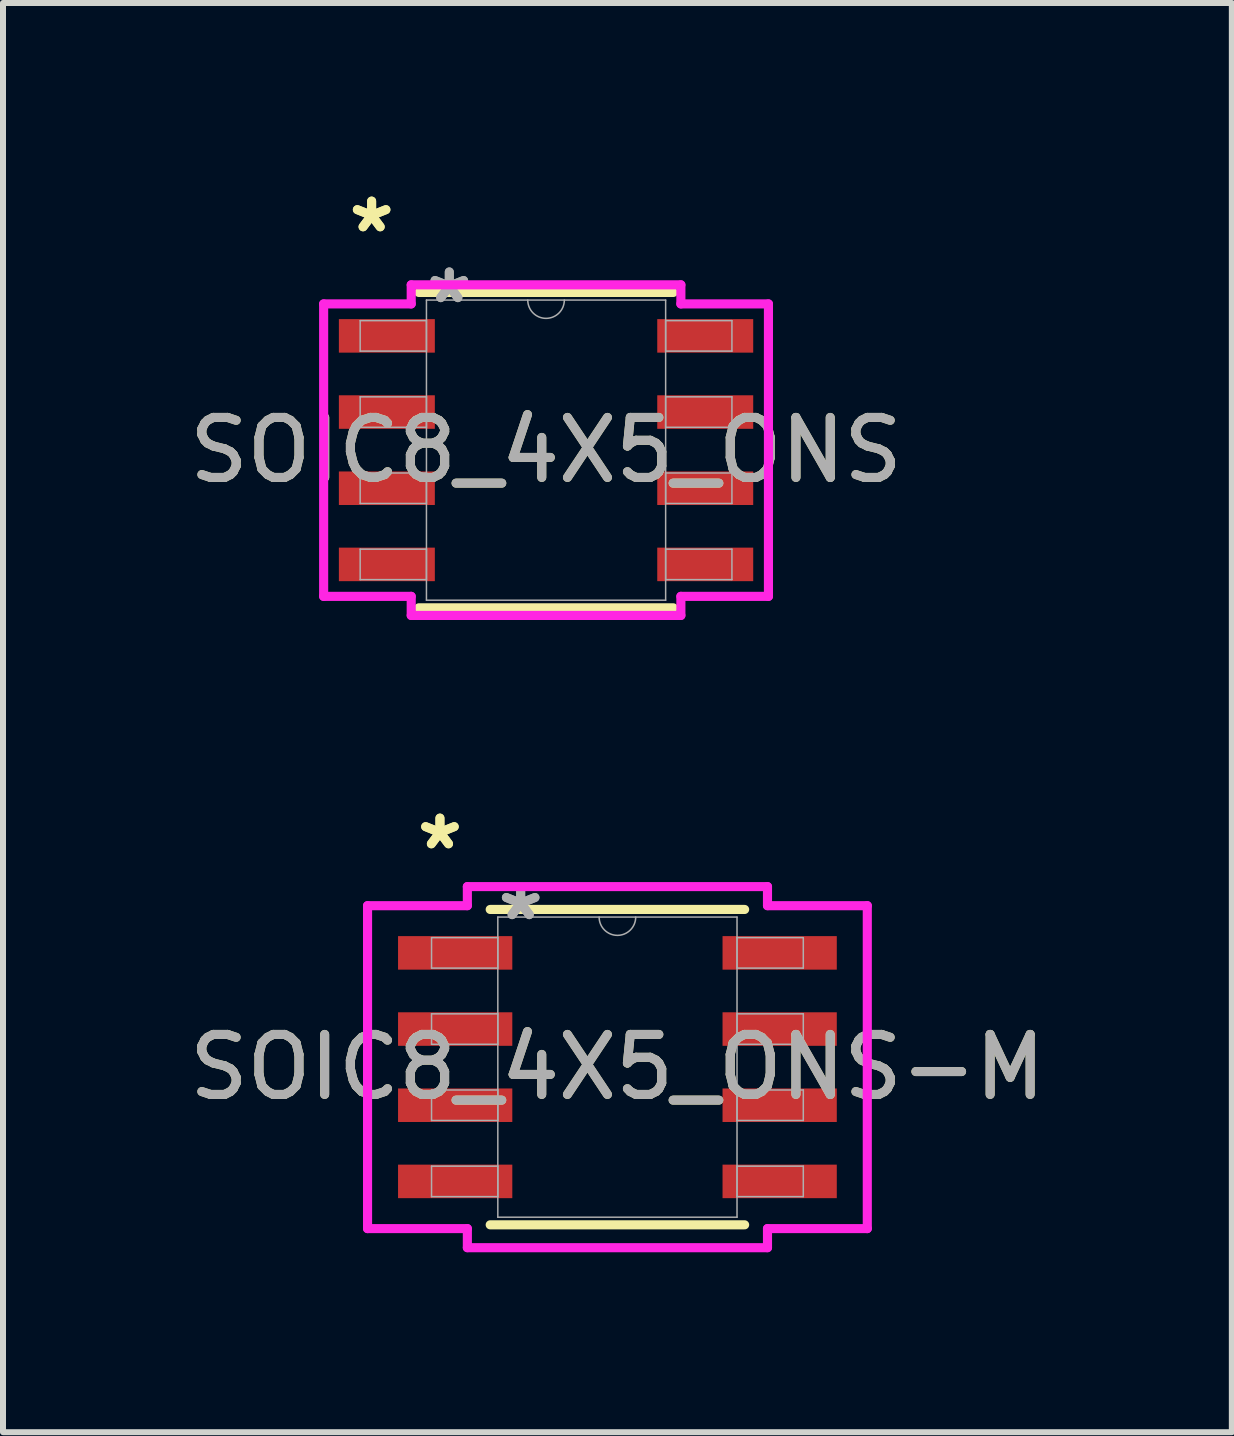
<source format=kicad_pcb>
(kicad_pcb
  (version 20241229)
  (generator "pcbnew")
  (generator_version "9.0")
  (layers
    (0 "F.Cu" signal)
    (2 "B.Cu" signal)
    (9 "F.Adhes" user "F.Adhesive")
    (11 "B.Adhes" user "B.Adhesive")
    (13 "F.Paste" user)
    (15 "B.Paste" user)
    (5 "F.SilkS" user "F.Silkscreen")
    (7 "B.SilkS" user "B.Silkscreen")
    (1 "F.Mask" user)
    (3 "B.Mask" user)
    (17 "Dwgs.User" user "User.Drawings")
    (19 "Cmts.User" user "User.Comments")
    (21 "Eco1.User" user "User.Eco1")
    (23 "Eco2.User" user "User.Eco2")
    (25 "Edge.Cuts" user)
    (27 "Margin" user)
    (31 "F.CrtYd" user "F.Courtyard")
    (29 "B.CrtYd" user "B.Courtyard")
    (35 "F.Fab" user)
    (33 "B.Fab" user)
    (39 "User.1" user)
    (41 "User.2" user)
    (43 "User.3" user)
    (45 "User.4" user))
  (footprint "SOIC8_4X5_ONS-M"
    (layer "F.Cu")
    (at 7.244 14.742)
    (property "Reference" "SOIC8_4X5_ONS-M" (at 0 0 0) (unlocked yes) (layer "F.SilkS") (effects (font (size 1 1) (thickness 0.15))))
    (attr smd)
    (fp_line (start -2.121 2.629) (end 2.121 2.629) (stroke (width 0.152) (type solid)) (layer "F.SilkS"))
    (fp_line (start 2.121 -2.629) (end -2.121 -2.629) (stroke (width 0.152) (type solid)) (layer "F.SilkS"))
    (fp_line (start -4.166 -2.692) (end -2.502 -2.692) (stroke (width 0.152) (type solid)) (layer "F.CrtYd"))
    (fp_line (start -4.166 2.692) (end -4.166 -2.692) (stroke (width 0.152) (type solid)) (layer "F.CrtYd"))
    (fp_line (start -4.166 2.692) (end -2.502 2.692) (stroke (width 0.152) (type solid)) (layer "F.CrtYd"))
    (fp_line (start -2.502 -3.01) (end 2.502 -3.01) (stroke (width 0.152) (type solid)) (layer "F.CrtYd"))
    (fp_line (start -2.502 -2.692) (end -2.502 -3.01) (stroke (width 0.152) (type solid)) (layer "F.CrtYd"))
    (fp_line (start -2.502 3.01) (end -2.502 2.692) (stroke (width 0.152) (type solid)) (layer "F.CrtYd"))
    (fp_line (start 2.502 -3.01) (end 2.502 -2.692) (stroke (width 0.152) (type solid)) (layer "F.CrtYd"))
    (fp_line (start 2.502 2.692) (end 2.502 3.01) (stroke (width 0.152) (type solid)) (layer "F.CrtYd"))
    (fp_line (start 2.502 3.01) (end -2.502 3.01) (stroke (width 0.152) (type solid)) (layer "F.CrtYd"))
    (fp_line (start 4.166 -2.692) (end 2.502 -2.692) (stroke (width 0.152) (type solid)) (layer "F.CrtYd"))
    (fp_line (start 4.166 -2.692) (end 4.166 2.692) (stroke (width 0.152) (type solid)) (layer "F.CrtYd"))
    (fp_line (start 4.166 2.692) (end 2.502 2.692) (stroke (width 0.152) (type solid)) (layer "F.CrtYd"))
    (fp_line (start -3.099 -2.159) (end -3.099 -1.651) (stroke (width 0.025) (type solid)) (layer "F.Fab"))
    (fp_line (start -3.099 -1.651) (end -1.994 -1.651) (stroke (width 0.025) (type solid)) (layer "F.Fab"))
    (fp_line (start -3.099 -0.889) (end -3.099 -0.381) (stroke (width 0.025) (type solid)) (layer "F.Fab"))
    (fp_line (start -3.099 -0.381) (end -1.994 -0.381) (stroke (width 0.025) (type solid)) (layer "F.Fab"))
    (fp_line (start -3.099 0.381) (end -3.099 0.889) (stroke (width 0.025) (type solid)) (layer "F.Fab"))
    (fp_line (start -3.099 0.889) (end -1.994 0.889) (stroke (width 0.025) (type solid)) (layer "F.Fab"))
    (fp_line (start -3.099 1.651) (end -3.099 2.159) (stroke (width 0.025) (type solid)) (layer "F.Fab"))
    (fp_line (start -3.099 2.159) (end -1.994 2.159) (stroke (width 0.025) (type solid)) (layer "F.Fab"))
    (fp_line (start -1.994 -2.502) (end -1.994 2.502) (stroke (width 0.025) (type solid)) (layer "F.Fab"))
    (fp_line (start -1.994 -2.159) (end -3.099 -2.159) (stroke (width 0.025) (type solid)) (layer "F.Fab"))
    (fp_line (start -1.994 -1.651) (end -1.994 -2.159) (stroke (width 0.025) (type solid)) (layer "F.Fab"))
    (fp_line (start -1.994 -0.889) (end -3.099 -0.889) (stroke (width 0.025) (type solid)) (layer "F.Fab"))
    (fp_line (start -1.994 -0.381) (end -1.994 -0.889) (stroke (width 0.025) (type solid)) (layer "F.Fab"))
    (fp_line (start -1.994 0.381) (end -3.099 0.381) (stroke (width 0.025) (type solid)) (layer "F.Fab"))
    (fp_line (start -1.994 0.889) (end -1.994 0.381) (stroke (width 0.025) (type solid)) (layer "F.Fab"))
    (fp_line (start -1.994 1.651) (end -3.099 1.651) (stroke (width 0.025) (type solid)) (layer "F.Fab"))
    (fp_line (start -1.994 2.159) (end -1.994 1.651) (stroke (width 0.025) (type solid)) (layer "F.Fab"))
    (fp_line (start -1.994 2.502) (end 1.994 2.502) (stroke (width 0.025) (type solid)) (layer "F.Fab"))
    (fp_line (start 1.994 -2.502) (end -1.994 -2.502) (stroke (width 0.025) (type solid)) (layer "F.Fab"))
    (fp_line (start 1.994 -2.159) (end 1.994 -1.651) (stroke (width 0.025) (type solid)) (layer "F.Fab"))
    (fp_line (start 1.994 -1.651) (end 3.099 -1.651) (stroke (width 0.025) (type solid)) (layer "F.Fab"))
    (fp_line (start 1.994 -0.889) (end 1.994 -0.381) (stroke (width 0.025) (type solid)) (layer "F.Fab"))
    (fp_line (start 1.994 -0.381) (end 3.099 -0.381) (stroke (width 0.025) (type solid)) (layer "F.Fab"))
    (fp_line (start 1.994 0.381) (end 1.994 0.889) (stroke (width 0.025) (type solid)) (layer "F.Fab"))
    (fp_line (start 1.994 0.889) (end 3.099 0.889) (stroke (width 0.025) (type solid)) (layer "F.Fab"))
    (fp_line (start 1.994 1.651) (end 1.994 2.159) (stroke (width 0.025) (type solid)) (layer "F.Fab"))
    (fp_line (start 1.994 2.159) (end 3.099 2.159) (stroke (width 0.025) (type solid)) (layer "F.Fab"))
    (fp_line (start 1.994 2.502) (end 1.994 -2.502) (stroke (width 0.025) (type solid)) (layer "F.Fab"))
    (fp_line (start 3.099 -2.159) (end 1.994 -2.159) (stroke (width 0.025) (type solid)) (layer "F.Fab"))
    (fp_line (start 3.099 -1.651) (end 3.099 -2.159) (stroke (width 0.025) (type solid)) (layer "F.Fab"))
    (fp_line (start 3.099 -0.889) (end 1.994 -0.889) (stroke (width 0.025) (type solid)) (layer "F.Fab"))
    (fp_line (start 3.099 -0.381) (end 3.099 -0.889) (stroke (width 0.025) (type solid)) (layer "F.Fab"))
    (fp_line (start 3.099 0.381) (end 1.994 0.381) (stroke (width 0.025) (type solid)) (layer "F.Fab"))
    (fp_line (start 3.099 0.889) (end 3.099 0.381) (stroke (width 0.025) (type solid)) (layer "F.Fab"))
    (fp_line (start 3.099 1.651) (end 1.994 1.651) (stroke (width 0.025) (type solid)) (layer "F.Fab"))
    (fp_line (start 3.099 2.159) (end 3.099 1.651) (stroke (width 0.025) (type solid)) (layer "F.Fab"))
    (fp_arc (start 0.3048 -2.5019) (mid 0 -2.1971) (end -0.3048 -2.5019) (stroke (width 0.0254) (type solid)) (layer "F.Fab"))
    (fp_text user "*" (at -2.959 -3.607 0) (layer "F.SilkS") (effects (font (size 1 1) (thickness 0.15))))
    (fp_text user "*" (at -2.959 -3.607 0) (unlocked yes) (layer "F.SilkS") (effects (font (size 1 1) (thickness 0.15))))
    (fp_text user "${REFERENCE}" (at 0 0 0) (unlocked yes) (layer "F.Fab") (effects (font (size 1 1) (thickness 0.15))))
    (fp_text user "*" (at -1.613 -2.426 0) (layer "F.Fab") (effects (font (size 1 1) (thickness 0.15))))
    (fp_text user "*" (at -1.613 -2.426 0) (unlocked yes) (layer "F.Fab") (effects (font (size 1 1) (thickness 0.15))))
    (pad "1" smd rect (at -2.705 -1.905) (size 1.905 0.559) (layers "F.Cu" "F.Mask" "F.Paste"))
    (pad "2" smd rect (at -2.705 -0.635) (size 1.905 0.559) (layers "F.Cu" "F.Mask" "F.Paste"))
    (pad "3" smd rect (at -2.705 0.635) (size 1.905 0.559) (layers "F.Cu" "F.Mask" "F.Paste"))
    (pad "4" smd rect (at -2.705 1.905) (size 1.905 0.559) (layers "F.Cu" "F.Mask" "F.Paste"))
    (pad "5" smd rect (at 2.705 1.905) (size 1.905 0.559) (layers "F.Cu" "F.Mask" "F.Paste"))
    (pad "6" smd rect (at 2.705 0.635) (size 1.905 0.559) (layers "F.Cu" "F.Mask" "F.Paste"))
    (pad "7" smd rect (at 2.705 -0.635) (size 1.905 0.559) (layers "F.Cu" "F.Mask" "F.Paste"))
    (pad "8" smd rect (at 2.705 -1.905) (size 1.905 0.559) (layers "F.Cu" "F.Mask" "F.Paste")))
  (footprint "SOIC8_4X5_ONS"
    (layer "F.Cu")
    (at 6.054 4.455)
    (property "Reference" "SOIC8_4X5_ONS" (at 0 0 0) (unlocked yes) (layer "F.SilkS") (effects (font (size 1 1) (thickness 0.15))))
    (attr smd)
    (fp_line (start -2.121 2.629) (end 2.121 2.629) (stroke (width 0.152) (type solid)) (layer "F.SilkS"))
    (fp_line (start 2.121 -2.629) (end -2.121 -2.629) (stroke (width 0.152) (type solid)) (layer "F.SilkS"))
    (fp_line (start -3.708 -2.438) (end -2.248 -2.438) (stroke (width 0.152) (type solid)) (layer "F.CrtYd"))
    (fp_line (start -3.708 2.438) (end -3.708 -2.438) (stroke (width 0.152) (type solid)) (layer "F.CrtYd"))
    (fp_line (start -3.708 2.438) (end -2.248 2.438) (stroke (width 0.152) (type solid)) (layer "F.CrtYd"))
    (fp_line (start -2.248 -2.756) (end 2.248 -2.756) (stroke (width 0.152) (type solid)) (layer "F.CrtYd"))
    (fp_line (start -2.248 -2.438) (end -2.248 -2.756) (stroke (width 0.152) (type solid)) (layer "F.CrtYd"))
    (fp_line (start -2.248 2.756) (end -2.248 2.438) (stroke (width 0.152) (type solid)) (layer "F.CrtYd"))
    (fp_line (start 2.248 -2.756) (end 2.248 -2.438) (stroke (width 0.152) (type solid)) (layer "F.CrtYd"))
    (fp_line (start 2.248 2.438) (end 2.248 2.756) (stroke (width 0.152) (type solid)) (layer "F.CrtYd"))
    (fp_line (start 2.248 2.756) (end -2.248 2.756) (stroke (width 0.152) (type solid)) (layer "F.CrtYd"))
    (fp_line (start 3.708 -2.438) (end 2.248 -2.438) (stroke (width 0.152) (type solid)) (layer "F.CrtYd"))
    (fp_line (start 3.708 -2.438) (end 3.708 2.438) (stroke (width 0.152) (type solid)) (layer "F.CrtYd"))
    (fp_line (start 3.708 2.438) (end 2.248 2.438) (stroke (width 0.152) (type solid)) (layer "F.CrtYd"))
    (fp_line (start -3.099 -2.159) (end -3.099 -1.651) (stroke (width 0.025) (type solid)) (layer "F.Fab"))
    (fp_line (start -3.099 -1.651) (end -1.994 -1.651) (stroke (width 0.025) (type solid)) (layer "F.Fab"))
    (fp_line (start -3.099 -0.889) (end -3.099 -0.381) (stroke (width 0.025) (type solid)) (layer "F.Fab"))
    (fp_line (start -3.099 -0.381) (end -1.994 -0.381) (stroke (width 0.025) (type solid)) (layer "F.Fab"))
    (fp_line (start -3.099 0.381) (end -3.099 0.889) (stroke (width 0.025) (type solid)) (layer "F.Fab"))
    (fp_line (start -3.099 0.889) (end -1.994 0.889) (stroke (width 0.025) (type solid)) (layer "F.Fab"))
    (fp_line (start -3.099 1.651) (end -3.099 2.159) (stroke (width 0.025) (type solid)) (layer "F.Fab"))
    (fp_line (start -3.099 2.159) (end -1.994 2.159) (stroke (width 0.025) (type solid)) (layer "F.Fab"))
    (fp_line (start -1.994 -2.502) (end -1.994 2.502) (stroke (width 0.025) (type solid)) (layer "F.Fab"))
    (fp_line (start -1.994 -2.159) (end -3.099 -2.159) (stroke (width 0.025) (type solid)) (layer "F.Fab"))
    (fp_line (start -1.994 -1.651) (end -1.994 -2.159) (stroke (width 0.025) (type solid)) (layer "F.Fab"))
    (fp_line (start -1.994 -0.889) (end -3.099 -0.889) (stroke (width 0.025) (type solid)) (layer "F.Fab"))
    (fp_line (start -1.994 -0.381) (end -1.994 -0.889) (stroke (width 0.025) (type solid)) (layer "F.Fab"))
    (fp_line (start -1.994 0.381) (end -3.099 0.381) (stroke (width 0.025) (type solid)) (layer "F.Fab"))
    (fp_line (start -1.994 0.889) (end -1.994 0.381) (stroke (width 0.025) (type solid)) (layer "F.Fab"))
    (fp_line (start -1.994 1.651) (end -3.099 1.651) (stroke (width 0.025) (type solid)) (layer "F.Fab"))
    (fp_line (start -1.994 2.159) (end -1.994 1.651) (stroke (width 0.025) (type solid)) (layer "F.Fab"))
    (fp_line (start -1.994 2.502) (end 1.994 2.502) (stroke (width 0.025) (type solid)) (layer "F.Fab"))
    (fp_line (start 1.994 -2.502) (end -1.994 -2.502) (stroke (width 0.025) (type solid)) (layer "F.Fab"))
    (fp_line (start 1.994 -2.159) (end 1.994 -1.651) (stroke (width 0.025) (type solid)) (layer "F.Fab"))
    (fp_line (start 1.994 -1.651) (end 3.099 -1.651) (stroke (width 0.025) (type solid)) (layer "F.Fab"))
    (fp_line (start 1.994 -0.889) (end 1.994 -0.381) (stroke (width 0.025) (type solid)) (layer "F.Fab"))
    (fp_line (start 1.994 -0.381) (end 3.099 -0.381) (stroke (width 0.025) (type solid)) (layer "F.Fab"))
    (fp_line (start 1.994 0.381) (end 1.994 0.889) (stroke (width 0.025) (type solid)) (layer "F.Fab"))
    (fp_line (start 1.994 0.889) (end 3.099 0.889) (stroke (width 0.025) (type solid)) (layer "F.Fab"))
    (fp_line (start 1.994 1.651) (end 1.994 2.159) (stroke (width 0.025) (type solid)) (layer "F.Fab"))
    (fp_line (start 1.994 2.159) (end 3.099 2.159) (stroke (width 0.025) (type solid)) (layer "F.Fab"))
    (fp_line (start 1.994 2.502) (end 1.994 -2.502) (stroke (width 0.025) (type solid)) (layer "F.Fab"))
    (fp_line (start 3.099 -2.159) (end 1.994 -2.159) (stroke (width 0.025) (type solid)) (layer "F.Fab"))
    (fp_line (start 3.099 -1.651) (end 3.099 -2.159) (stroke (width 0.025) (type solid)) (layer "F.Fab"))
    (fp_line (start 3.099 -0.889) (end 1.994 -0.889) (stroke (width 0.025) (type solid)) (layer "F.Fab"))
    (fp_line (start 3.099 -0.381) (end 3.099 -0.889) (stroke (width 0.025) (type solid)) (layer "F.Fab"))
    (fp_line (start 3.099 0.381) (end 1.994 0.381) (stroke (width 0.025) (type solid)) (layer "F.Fab"))
    (fp_line (start 3.099 0.889) (end 3.099 0.381) (stroke (width 0.025) (type solid)) (layer "F.Fab"))
    (fp_line (start 3.099 1.651) (end 1.994 1.651) (stroke (width 0.025) (type solid)) (layer "F.Fab"))
    (fp_line (start 3.099 2.159) (end 3.099 1.651) (stroke (width 0.025) (type solid)) (layer "F.Fab"))
    (fp_arc (start 0.3048 -2.5019) (mid 0 -2.1971) (end -0.3048 -2.5019) (stroke (width 0.0254) (type solid)) (layer "F.Fab"))
    (fp_text user "*" (at -2.908 -3.607 0) (unlocked yes) (layer "F.SilkS") (effects (font (size 1 1) (thickness 0.15))))
    (fp_text user "*" (at -2.908 -3.607 0) (layer "F.SilkS") (effects (font (size 1 1) (thickness 0.15))))
    (fp_text user "${REFERENCE}" (at 0 0 0) (unlocked yes) (layer "F.Fab") (effects (font (size 1 1) (thickness 0.15))))
    (fp_text user "*" (at -1.613 -2.426 0) (layer "F.Fab") (effects (font (size 1 1) (thickness 0.15))))
    (fp_text user "*" (at -1.613 -2.426 0) (unlocked yes) (layer "F.Fab") (effects (font (size 1 1) (thickness 0.15))))
    (pad "1" smd rect (at -2.654 -1.905) (size 1.6 0.559) (layers "F.Cu" "F.Mask" "F.Paste"))
    (pad "2" smd rect (at -2.654 -0.635) (size 1.6 0.559) (layers "F.Cu" "F.Mask" "F.Paste"))
    (pad "3" smd rect (at -2.654 0.635) (size 1.6 0.559) (layers "F.Cu" "F.Mask" "F.Paste"))
    (pad "4" smd rect (at -2.654 1.905) (size 1.6 0.559) (layers "F.Cu" "F.Mask" "F.Paste"))
    (pad "5" smd rect (at 2.654 1.905) (size 1.6 0.559) (layers "F.Cu" "F.Mask" "F.Paste"))
    (pad "6" smd rect (at 2.654 0.635) (size 1.6 0.559) (layers "F.Cu" "F.Mask" "F.Paste"))
    (pad "7" smd rect (at 2.654 -0.635) (size 1.6 0.559) (layers "F.Cu" "F.Mask" "F.Paste"))
    (pad "8" smd rect (at 2.654 -1.905) (size 1.6 0.559) (layers "F.Cu" "F.Mask" "F.Paste")))
  (gr_rect
    (start -3 -3)
    (end 17.488 20.828)
    (stroke (width 0.1) (type default))
    (fill no)
    (layer "Edge.Cuts")))
</source>
